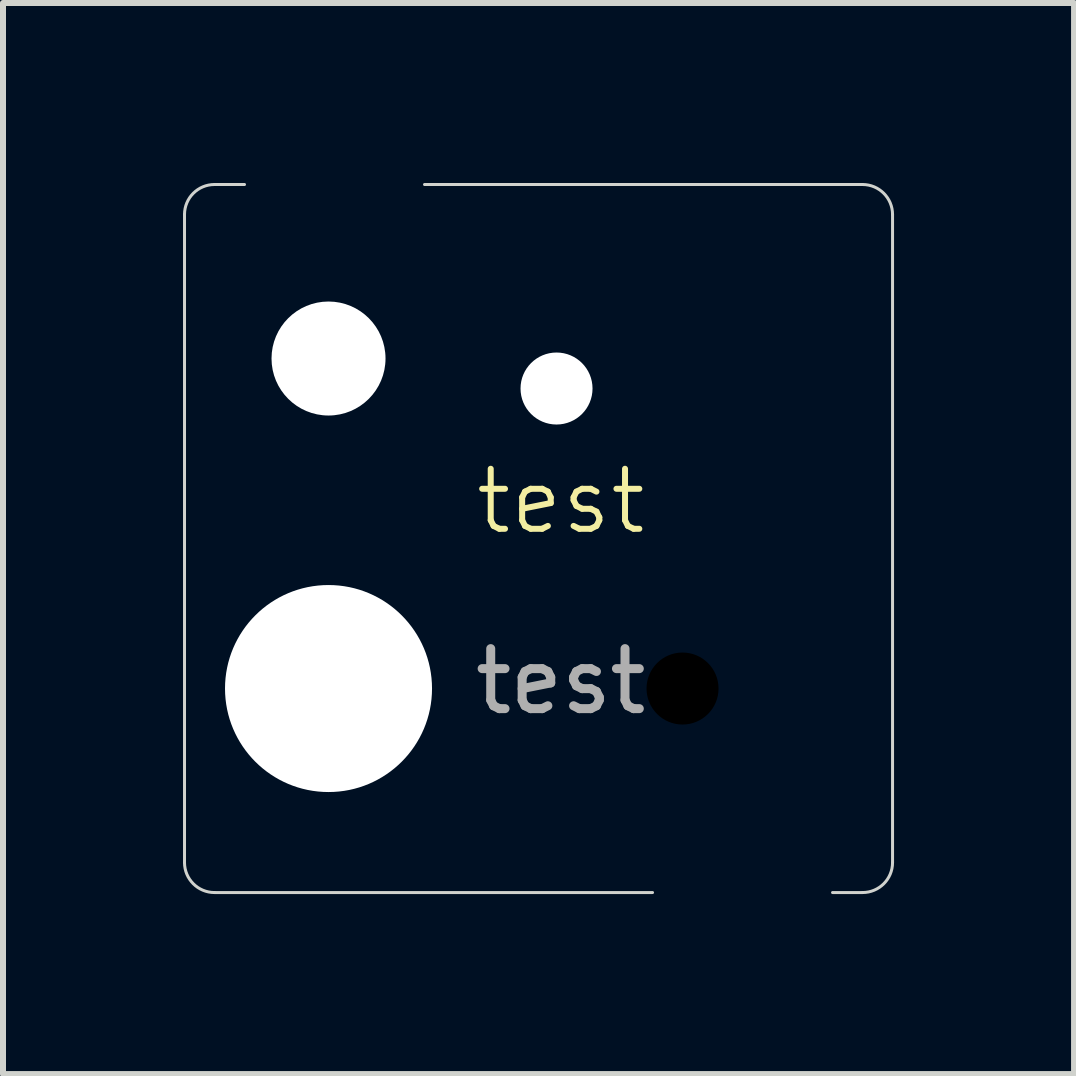
<source format=kicad_pcb>
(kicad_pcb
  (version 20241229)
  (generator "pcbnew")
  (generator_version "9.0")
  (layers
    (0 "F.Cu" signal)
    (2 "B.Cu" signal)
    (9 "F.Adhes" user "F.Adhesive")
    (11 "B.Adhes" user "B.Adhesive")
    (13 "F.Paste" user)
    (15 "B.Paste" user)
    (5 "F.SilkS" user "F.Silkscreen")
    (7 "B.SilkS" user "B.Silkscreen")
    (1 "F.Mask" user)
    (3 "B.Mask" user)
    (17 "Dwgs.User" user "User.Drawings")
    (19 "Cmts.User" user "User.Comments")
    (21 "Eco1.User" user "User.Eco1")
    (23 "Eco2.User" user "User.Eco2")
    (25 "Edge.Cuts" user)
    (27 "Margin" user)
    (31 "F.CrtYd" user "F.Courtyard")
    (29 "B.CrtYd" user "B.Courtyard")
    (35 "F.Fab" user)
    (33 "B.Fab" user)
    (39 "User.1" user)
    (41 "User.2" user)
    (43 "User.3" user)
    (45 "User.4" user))
  (footprint "test"
    (layer "F.Cu")
    (at 6.295 5.805)
    (property "Reference" "test" (at 0 -0.5 0) (unlocked yes) (layer "F.SilkS") (effects (font (size 1 1) (thickness 0.1))))
    (attr exclude_from_pos_files exclude_from_bom)
    (fp_line (start -6.27 -5.28) (end -6.27 5.52) (stroke (width 0.05) (type solid)) (layer "Edge.Cuts"))
    (fp_line (start -5.77 6.02) (end 1.53 6.02) (stroke (width 0.05) (type solid)) (layer "Edge.Cuts"))
    (fp_line (start -5.27 -5.78) (end -5.77 -5.78) (stroke (width 0.05) (type solid)) (layer "Edge.Cuts"))
    (fp_line (start 4.53 6.02) (end 5.03 6.02) (stroke (width 0.05) (type solid)) (layer "Edge.Cuts"))
    (fp_line (start 5.03 -5.78) (end -2.27 -5.78) (stroke (width 0.05) (type solid)) (layer "Edge.Cuts"))
    (fp_line (start 5.53 5.52) (end 5.53 -5.28) (stroke (width 0.05) (type solid)) (layer "Edge.Cuts"))
    (fp_arc (start -6.27 -5.28) (mid -6.123553 -5.633553) (end -5.77 -5.78) (stroke (width 0.05) (type solid)) (layer "Edge.Cuts"))
    (fp_arc (start -5.77 6.02) (mid -6.123553 5.873553) (end -6.27 5.52) (stroke (width 0.05) (type solid)) (layer "Edge.Cuts"))
    (fp_arc (start 5.03 -5.78) (mid 5.383553 -5.633553) (end 5.53 -5.28) (stroke (width 0.05) (type solid)) (layer "Edge.Cuts"))
    (fp_arc (start 5.53 5.52) (mid 5.383553 5.873553) (end 5.03 6.02) (stroke (width 0.05) (type solid)) (layer "Edge.Cuts"))
    (fp_text user "${REFERENCE}" (at 0 2.5 0) (unlocked yes) (layer "F.Fab") (effects (font (size 1 1) (thickness 0.15))))
    (pad "" np_thru_hole circle (at -3.87 -2.88 90) (size 1.9 1.9) (drill 1.9) (layers "*.Cu" "*.Mask"))
    (pad "" np_thru_hole circle (at -3.87 2.62 90) (size 3.45 3.45) (drill 3.45) (layers "*.Cu" "*.Mask"))
    (pad "" np_thru_hole circle (at -0.07 -2.38 90) (size 1.2 1.2) (drill 1.2) (layers "*.Cu" "*.Mask"))
    (pad "" np_thru_hole circle (at 2.03 2.62 90) (size 1.2 1.2) (drill 1.2) (layers "*.Mask")))
  (gr_rect
    (start -3 -3)
    (end 14.85 14.85)
    (stroke (width 0.1) (type default))
    (fill no)
    (layer "Edge.Cuts")))
</source>
